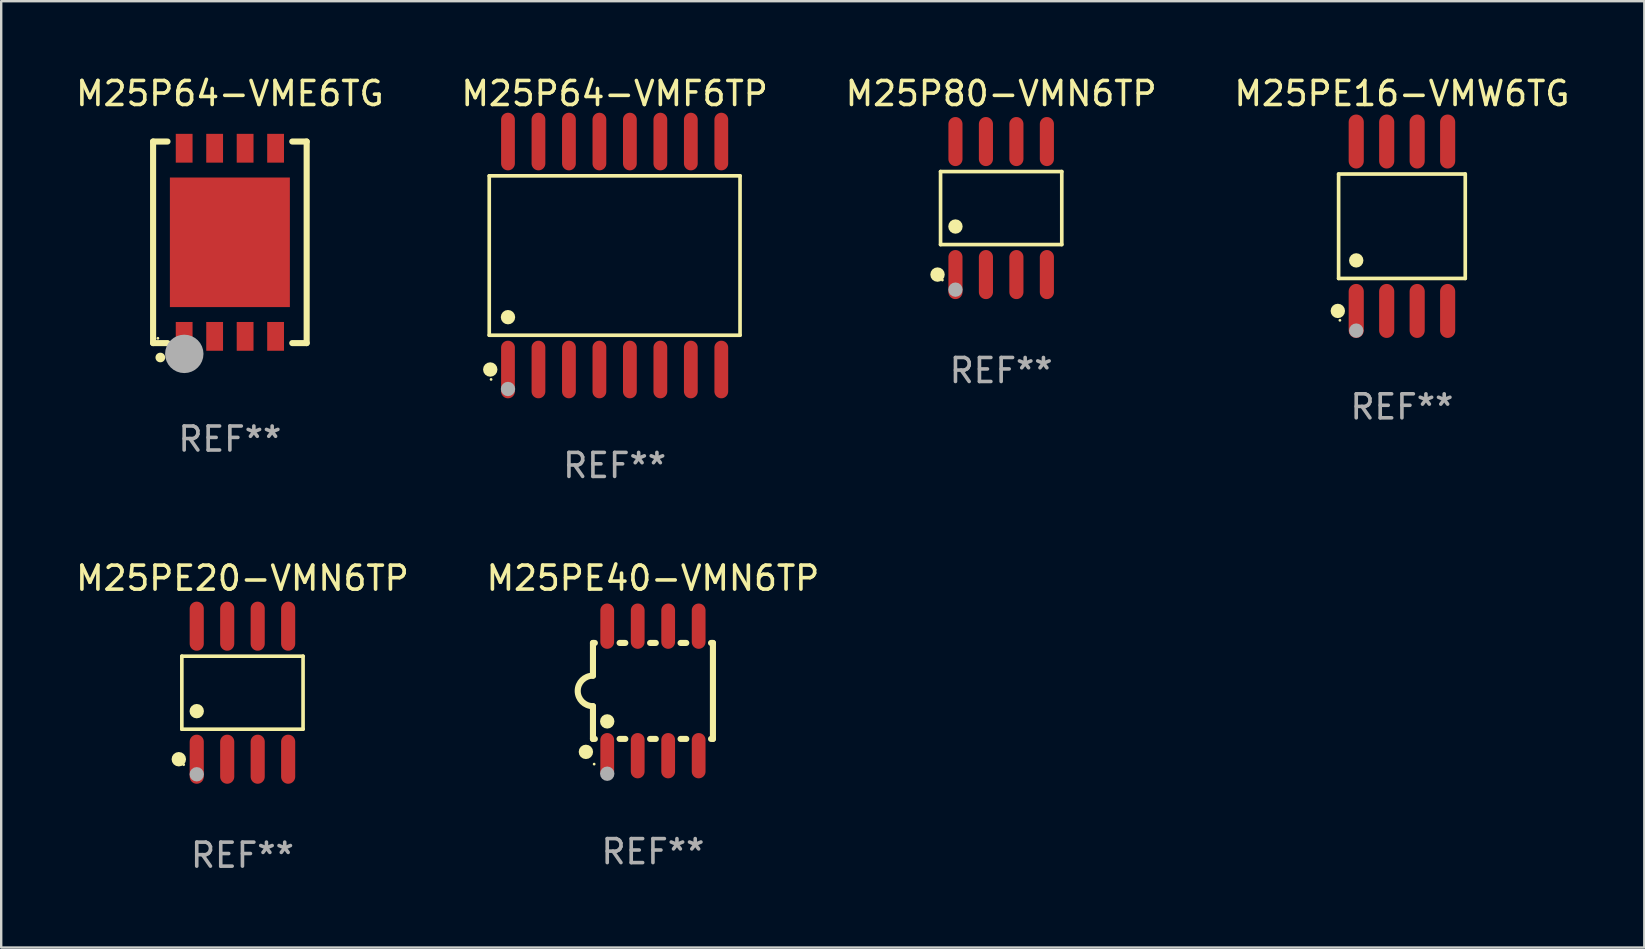
<source format=kicad_pcb>
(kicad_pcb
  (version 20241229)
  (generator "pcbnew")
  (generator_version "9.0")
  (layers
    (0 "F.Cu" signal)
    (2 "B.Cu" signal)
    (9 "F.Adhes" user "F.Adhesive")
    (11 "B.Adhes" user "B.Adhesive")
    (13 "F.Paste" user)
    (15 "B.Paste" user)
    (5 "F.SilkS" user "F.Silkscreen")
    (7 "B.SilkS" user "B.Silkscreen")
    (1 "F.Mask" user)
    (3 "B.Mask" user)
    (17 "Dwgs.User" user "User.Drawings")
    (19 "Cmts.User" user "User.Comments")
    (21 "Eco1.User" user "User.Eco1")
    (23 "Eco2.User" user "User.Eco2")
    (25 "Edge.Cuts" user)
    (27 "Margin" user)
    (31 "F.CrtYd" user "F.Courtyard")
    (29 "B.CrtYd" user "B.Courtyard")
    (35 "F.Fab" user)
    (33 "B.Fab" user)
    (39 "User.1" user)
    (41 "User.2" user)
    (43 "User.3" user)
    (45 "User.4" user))
  (footprint "M25PE20-VMN6TP"
    (layer "F.Cu")
    (at 7.054 25.818)
    (property "Reference" "M25PE20-VMN6TP" (at 0 -4.772 0) (layer "F.SilkS") (effects (font (size 1 1) (thickness 0.15))))
    (attr through_hole)
    (fp_line (start -2.526 -1.521) (end 2.526 -1.521) (stroke (width 0.152) (type solid)) (layer "F.SilkS"))
    (fp_line (start -2.526 1.521) (end -2.526 -1.521) (stroke (width 0.152) (type solid)) (layer "F.SilkS"))
    (fp_line (start 2.526 -1.521) (end 2.526 1.521) (stroke (width 0.152) (type solid)) (layer "F.SilkS"))
    (fp_line (start 2.526 1.521) (end -2.526 1.521) (stroke (width 0.152) (type solid)) (layer "F.SilkS"))
    (fp_circle (center -2.652 2.772) (end -2.501 2.772) (stroke (width 0.3) (type solid)) (fill no) (layer "F.SilkS"))
    (fp_circle (center -2.45 3) (end -2.42 3) (stroke (width 0.06) (type solid)) (fill no) (layer "F.SilkS"))
    (fp_circle (center -1.905 0.769) (end -1.755 0.769) (stroke (width 0.3) (type solid)) (fill no) (layer "F.SilkS"))
    (fp_circle (center -1.905 3.4) (end -1.755 3.4) (stroke (width 0.3) (type solid)) (fill no) (layer "F.Fab"))
    (fp_text user "REF**" (at 0 6.772 0) (layer "F.Fab") (effects (font (size 1 1) (thickness 0.15))))
    (pad "1" smd oval (at -1.905 2.772) (size 0.588 2.045) (layers "F.Cu" "F.Mask" "F.Paste"))
    (pad "2" smd oval (at -0.635 2.772) (size 0.588 2.045) (layers "F.Cu" "F.Mask" "F.Paste"))
    (pad "3" smd oval (at 0.635 2.772) (size 0.588 2.045) (layers "F.Cu" "F.Mask" "F.Paste"))
    (pad "4" smd oval (at 1.905 2.772) (size 0.588 2.045) (layers "F.Cu" "F.Mask" "F.Paste"))
    (pad "5" smd oval (at 1.905 -2.772) (size 0.588 2.045) (layers "F.Cu" "F.Mask" "F.Paste"))
    (pad "6" smd oval (at 0.635 -2.772) (size 0.588 2.045) (layers "F.Cu" "F.Mask" "F.Paste"))
    (pad "7" smd oval (at -0.635 -2.772) (size 0.588 2.045) (layers "F.Cu" "F.Mask" "F.Paste"))
    (pad "8" smd oval (at -1.905 -2.772) (size 0.588 2.045) (layers "F.Cu" "F.Mask" "F.Paste")))
  (footprint "M25PE40-VMN6TP"
    (layer "F.Cu")
    (at 24.161 25.744)
    (property "Reference" "M25PE40-VMN6TP" (at 0 -4.699 0) (layer "F.SilkS") (effects (font (size 1 1) (thickness 0.15))))
    (attr through_hole)
    (fp_line (start -2.5 -2) (end -2.5 -0.635) (stroke (width 0.254) (type solid)) (layer "F.SilkS"))
    (fp_line (start -2.5 -2) (end -2.421 -2) (stroke (width 0.254) (type solid)) (layer "F.SilkS"))
    (fp_line (start -2.5 2) (end -2.5 0.635) (stroke (width 0.254) (type solid)) (layer "F.SilkS"))
    (fp_line (start -2.5 2) (end -2.421 2) (stroke (width 0.254) (type solid)) (layer "F.SilkS"))
    (fp_line (start -1.389 -2) (end -1.151 -2) (stroke (width 0.254) (type solid)) (layer "F.SilkS"))
    (fp_line (start -1.389 2) (end -1.151 2) (stroke (width 0.254) (type solid)) (layer "F.SilkS"))
    (fp_line (start -0.119 -2) (end 0.119 -2) (stroke (width 0.254) (type solid)) (layer "F.SilkS"))
    (fp_line (start -0.119 2) (end 0.119 2) (stroke (width 0.254) (type solid)) (layer "F.SilkS"))
    (fp_line (start 1.151 -2) (end 1.389 -2) (stroke (width 0.254) (type solid)) (layer "F.SilkS"))
    (fp_line (start 1.151 2) (end 1.389 2) (stroke (width 0.254) (type solid)) (layer "F.SilkS"))
    (fp_line (start 2.421 -2) (end 2.5 -2) (stroke (width 0.254) (type solid)) (layer "F.SilkS"))
    (fp_line (start 2.421 2) (end 2.5 2) (stroke (width 0.254) (type solid)) (layer "F.SilkS"))
    (fp_line (start 2.5 -2) (end 2.5 2) (stroke (width 0.254) (type solid)) (layer "F.SilkS"))
    (fp_arc (start -2.5 0.635001) (mid -3.134366 -0.000318) (end -2.499365 -0.635001) (stroke (width 0.254001) (type solid)) (layer "F.SilkS"))
    (fp_circle (center -2.794 2.54) (end -2.644 2.54) (stroke (width 0.3) (type solid)) (fill no) (layer "F.SilkS"))
    (fp_circle (center -2.45 3.05) (end -2.42 3.05) (stroke (width 0.06) (type solid)) (fill no) (layer "F.SilkS"))
    (fp_circle (center -1.905 1.27) (end -1.755 1.27) (stroke (width 0.3) (type solid)) (fill no) (layer "F.SilkS"))
    (fp_circle (center -1.905 3.45) (end -1.755 3.45) (stroke (width 0.3) (type solid)) (fill no) (layer "F.Fab"))
    (fp_text user "REF**" (at 0 6.699 0) (layer "F.Fab") (effects (font (size 1 1) (thickness 0.15))))
    (pad "1" smd oval (at -1.905 2.699) (size 0.574 1.888) (layers "F.Cu" "F.Mask" "F.Paste"))
    (pad "2" smd oval (at -0.635 2.699) (size 0.574 1.888) (layers "F.Cu" "F.Mask" "F.Paste"))
    (pad "3" smd oval (at 0.635 2.699) (size 0.574 1.888) (layers "F.Cu" "F.Mask" "F.Paste"))
    (pad "4" smd oval (at 1.905 2.699) (size 0.574 1.888) (layers "F.Cu" "F.Mask" "F.Paste"))
    (pad "5" smd oval (at 1.905 -2.699) (size 0.574 1.888) (layers "F.Cu" "F.Mask" "F.Paste"))
    (pad "6" smd oval (at 0.635 -2.699) (size 0.574 1.888) (layers "F.Cu" "F.Mask" "F.Paste"))
    (pad "7" smd oval (at -0.635 -2.699) (size 0.574 1.888) (layers "F.Cu" "F.Mask" "F.Paste"))
    (pad "8" smd oval (at -1.905 -2.699) (size 0.574 1.888) (layers "F.Cu" "F.Mask" "F.Paste")))
  (footprint "M25P64-VME6TG"
    (layer "F.Cu")
    (at 6.53 7.048)
    (property "Reference" "M25P64-VME6TG" (at 0 -6.2 0) (layer "F.SilkS") (effects (font (size 1 1) (thickness 0.15))))
    (attr through_hole)
    (fp_line (start -3.2 -4.2) (end -2.6 -4.2) (stroke (width 0.254) (type solid)) (layer "F.SilkS"))
    (fp_line (start -3.2 4.2) (end -3.2 -4.2) (stroke (width 0.254) (type solid)) (layer "F.SilkS"))
    (fp_line (start -2.6 4.2) (end -3.2 4.2) (stroke (width 0.254) (type solid)) (layer "F.SilkS"))
    (fp_line (start 2.6 -4.2) (end 3.2 -4.2) (stroke (width 0.254) (type solid)) (layer "F.SilkS"))
    (fp_line (start 3.2 -4.2) (end 3.2 4.2) (stroke (width 0.254) (type solid)) (layer "F.SilkS"))
    (fp_line (start 3.2 4.2) (end 2.6 4.2) (stroke (width 0.254) (type solid)) (layer "F.SilkS"))
    (fp_arc (start -2.900699 4.80061) (mid -2.898159 4.800594) (end -2.895619 4.80061) (stroke (width 0.4) (type solid)) (layer "F.SilkS"))
    (fp_circle (center -3 4) (end -2.97 4) (stroke (width 0.06) (type solid)) (fill no) (layer "F.SilkS"))
    (fp_circle (center -1.9 4.65) (end -1.5 4.65) (stroke (width 0.8) (type solid)) (fill no) (layer "F.Fab"))
    (fp_text user "REF**" (at 0 8.2 0) (layer "F.Fab") (effects (font (size 1 1) (thickness 0.15))))
    (pad "1" smd rect (at -1.905 3.92 90) (size 1.2 0.7) (layers "F.Cu" "F.Mask" "F.Paste"))
    (pad "2" smd rect (at -0.635 3.92 90) (size 1.2 0.7) (layers "F.Cu" "F.Mask" "F.Paste"))
    (pad "3" smd rect (at 0.635 3.92 90) (size 1.2 0.7) (layers "F.Cu" "F.Mask" "F.Paste"))
    (pad "4" smd rect (at 1.905 3.92 90) (size 1.2 0.7) (layers "F.Cu" "F.Mask" "F.Paste"))
    (pad "5" smd rect (at 1.905 -3.92 90) (size 1.2 0.7) (layers "F.Cu" "F.Mask" "F.Paste"))
    (pad "6" smd rect (at 0.635 -3.92 90) (size 1.2 0.7) (layers "F.Cu" "F.Mask" "F.Paste"))
    (pad "7" smd rect (at -0.635 -3.92 90) (size 1.2 0.7) (layers "F.Cu" "F.Mask" "F.Paste"))
    (pad "8" smd rect (at -1.905 -3.92 90) (size 1.2 0.7) (layers "F.Cu" "F.Mask" "F.Paste"))
    (pad "9" smd rect (at -0.000038 -0.000076 90) (size 5.4 5) (layers "F.Cu" "F.Mask" "F.Paste")))
  (footprint "M25PE16-VMW6TG"
    (layer "F.Cu")
    (at 55.375 6.378)
    (property "Reference" "M25PE16-VMW6TG" (at 0 -5.53 0) (layer "F.SilkS") (effects (font (size 1 1) (thickness 0.15))))
    (attr through_hole)
    (fp_line (start -2.639 -2.176) (end 2.639 -2.176) (stroke (width 0.152) (type solid)) (layer "F.SilkS"))
    (fp_line (start -2.639 2.176) (end -2.639 -2.176) (stroke (width 0.152) (type solid)) (layer "F.SilkS"))
    (fp_line (start 2.639 -2.176) (end 2.639 2.176) (stroke (width 0.152) (type solid)) (layer "F.SilkS"))
    (fp_line (start 2.639 2.176) (end -2.639 2.176) (stroke (width 0.152) (type solid)) (layer "F.SilkS"))
    (fp_circle (center -2.672 3.53) (end -2.522 3.53) (stroke (width 0.3) (type solid)) (fill no) (layer "F.SilkS"))
    (fp_circle (center -2.585 3.92) (end -2.555 3.92) (stroke (width 0.06) (type solid)) (fill no) (layer "F.SilkS"))
    (fp_circle (center -1.905 1.424) (end -1.755 1.424) (stroke (width 0.3) (type solid)) (fill no) (layer "F.SilkS"))
    (fp_circle (center -1.905 4.35) (end -1.755 4.35) (stroke (width 0.3) (type solid)) (fill no) (layer "F.Fab"))
    (fp_text user "REF**" (at 0 7.53 0) (layer "F.Fab") (effects (font (size 1 1) (thickness 0.15))))
    (pad "1" smd oval (at -1.905 3.53) (size 0.63 2.25) (layers "F.Cu" "F.Mask" "F.Paste"))
    (pad "2" smd oval (at -0.635 3.53) (size 0.63 2.25) (layers "F.Cu" "F.Mask" "F.Paste"))
    (pad "3" smd oval (at 0.635 3.53) (size 0.63 2.25) (layers "F.Cu" "F.Mask" "F.Paste"))
    (pad "4" smd oval (at 1.905 3.53) (size 0.63 2.25) (layers "F.Cu" "F.Mask" "F.Paste"))
    (pad "5" smd oval (at 1.905 -3.53) (size 0.63 2.25) (layers "F.Cu" "F.Mask" "F.Paste"))
    (pad "6" smd oval (at 0.635 -3.53) (size 0.63 2.25) (layers "F.Cu" "F.Mask" "F.Paste"))
    (pad "7" smd oval (at -0.635 -3.53) (size 0.63 2.25) (layers "F.Cu" "F.Mask" "F.Paste"))
    (pad "8" smd oval (at -1.905 -3.53) (size 0.63 2.25) (layers "F.Cu" "F.Mask" "F.Paste")))
  (footprint "M25P64-VMF6TP"
    (layer "F.Cu")
    (at 22.565 7.599)
    (property "Reference" "M25P64-VMF6TP" (at 0 -6.75 0) (layer "F.SilkS") (effects (font (size 1 1) (thickness 0.15))))
    (attr through_hole)
    (fp_line (start -5.226 -3.321) (end 5.226 -3.321) (stroke (width 0.152) (type solid)) (layer "F.SilkS"))
    (fp_line (start -5.226 3.321) (end -5.226 -3.321) (stroke (width 0.152) (type solid)) (layer "F.SilkS"))
    (fp_line (start 5.226 -3.321) (end 5.226 3.321) (stroke (width 0.152) (type solid)) (layer "F.SilkS"))
    (fp_line (start 5.226 3.321) (end -5.226 3.321) (stroke (width 0.152) (type solid)) (layer "F.SilkS"))
    (fp_circle (center -5.184 4.75) (end -5.034 4.75) (stroke (width 0.3) (type solid)) (fill no) (layer "F.SilkS"))
    (fp_circle (center -5.15 5.163) (end -5.12 5.163) (stroke (width 0.06) (type solid)) (fill no) (layer "F.SilkS"))
    (fp_circle (center -4.445 2.569) (end -4.295 2.569) (stroke (width 0.3) (type solid)) (fill no) (layer "F.SilkS"))
    (fp_circle (center -4.445 5.563) (end -4.295 5.563) (stroke (width 0.3) (type solid)) (fill no) (layer "F.Fab"))
    (fp_text user "REF**" (at 0 8.75 0) (layer "F.Fab") (effects (font (size 1 1) (thickness 0.15))))
    (pad "1" smd oval (at -4.445 4.75) (size 0.574 2.401) (layers "F.Cu" "F.Mask" "F.Paste"))
    (pad "2" smd oval (at -3.175 4.75) (size 0.574 2.401) (layers "F.Cu" "F.Mask" "F.Paste"))
    (pad "3" smd oval (at -1.905 4.75) (size 0.574 2.401) (layers "F.Cu" "F.Mask" "F.Paste"))
    (pad "4" smd oval (at -0.635 4.75) (size 0.574 2.401) (layers "F.Cu" "F.Mask" "F.Paste"))
    (pad "5" smd oval (at 0.635 4.75) (size 0.574 2.401) (layers "F.Cu" "F.Mask" "F.Paste"))
    (pad "6" smd oval (at 1.905 4.75) (size 0.574 2.401) (layers "F.Cu" "F.Mask" "F.Paste"))
    (pad "7" smd oval (at 3.175 4.75) (size 0.574 2.401) (layers "F.Cu" "F.Mask" "F.Paste"))
    (pad "8" smd oval (at 4.445 4.75) (size 0.574 2.401) (layers "F.Cu" "F.Mask" "F.Paste"))
    (pad "9" smd oval (at 4.445 -4.75) (size 0.574 2.401) (layers "F.Cu" "F.Mask" "F.Paste"))
    (pad "10" smd oval (at 3.175 -4.75) (size 0.574 2.401) (layers "F.Cu" "F.Mask" "F.Paste"))
    (pad "11" smd oval (at 1.905 -4.75) (size 0.574 2.401) (layers "F.Cu" "F.Mask" "F.Paste"))
    (pad "12" smd oval (at 0.635 -4.75) (size 0.574 2.401) (layers "F.Cu" "F.Mask" "F.Paste"))
    (pad "13" smd oval (at -0.635 -4.75) (size 0.574 2.401) (layers "F.Cu" "F.Mask" "F.Paste"))
    (pad "14" smd oval (at -1.905 -4.75) (size 0.574 2.401) (layers "F.Cu" "F.Mask" "F.Paste"))
    (pad "15" smd oval (at -3.175 -4.75) (size 0.574 2.401) (layers "F.Cu" "F.Mask" "F.Paste"))
    (pad "16" smd oval (at -4.445 -4.75) (size 0.574 2.401) (layers "F.Cu" "F.Mask" "F.Paste")))
  (footprint "M25P80-VMN6TP"
    (layer "F.Cu")
    (at 38.673 5.621)
    (property "Reference" "M25P80-VMN6TP" (at 0 -4.772 0) (layer "F.SilkS") (effects (font (size 1 1) (thickness 0.15))))
    (attr through_hole)
    (fp_line (start -2.526 -1.521) (end 2.526 -1.521) (stroke (width 0.152) (type solid)) (layer "F.SilkS"))
    (fp_line (start -2.526 1.521) (end -2.526 -1.521) (stroke (width 0.152) (type solid)) (layer "F.SilkS"))
    (fp_line (start 2.526 -1.521) (end 2.526 1.521) (stroke (width 0.152) (type solid)) (layer "F.SilkS"))
    (fp_line (start 2.526 1.521) (end -2.526 1.521) (stroke (width 0.152) (type solid)) (layer "F.SilkS"))
    (fp_circle (center -2.652 2.772) (end -2.501 2.772) (stroke (width 0.3) (type solid)) (fill no) (layer "F.SilkS"))
    (fp_circle (center -2.45 3) (end -2.42 3) (stroke (width 0.06) (type solid)) (fill no) (layer "F.SilkS"))
    (fp_circle (center -1.905 0.769) (end -1.755 0.769) (stroke (width 0.3) (type solid)) (fill no) (layer "F.SilkS"))
    (fp_circle (center -1.905 3.4) (end -1.755 3.4) (stroke (width 0.3) (type solid)) (fill no) (layer "F.Fab"))
    (fp_text user "REF**" (at 0 6.772 0) (layer "F.Fab") (effects (font (size 1 1) (thickness 0.15))))
    (pad "1" smd oval (at -1.905 2.772) (size 0.588 2.045) (layers "F.Cu" "F.Mask" "F.Paste"))
    (pad "2" smd oval (at -0.635 2.772) (size 0.588 2.045) (layers "F.Cu" "F.Mask" "F.Paste"))
    (pad "3" smd oval (at 0.635 2.772) (size 0.588 2.045) (layers "F.Cu" "F.Mask" "F.Paste"))
    (pad "4" smd oval (at 1.905 2.772) (size 0.588 2.045) (layers "F.Cu" "F.Mask" "F.Paste"))
    (pad "5" smd oval (at 1.905 -2.772) (size 0.588 2.045) (layers "F.Cu" "F.Mask" "F.Paste"))
    (pad "6" smd oval (at 0.635 -2.772) (size 0.588 2.045) (layers "F.Cu" "F.Mask" "F.Paste"))
    (pad "7" smd oval (at -0.635 -2.772) (size 0.588 2.045) (layers "F.Cu" "F.Mask" "F.Paste"))
    (pad "8" smd oval (at -1.905 -2.772) (size 0.588 2.045) (layers "F.Cu" "F.Mask" "F.Paste")))
  (gr_rect
    (start -3 -3)
    (end 65.476 36.438)
    (stroke (width 0.1) (type default))
    (fill no)
    (layer "Edge.Cuts")))
</source>
